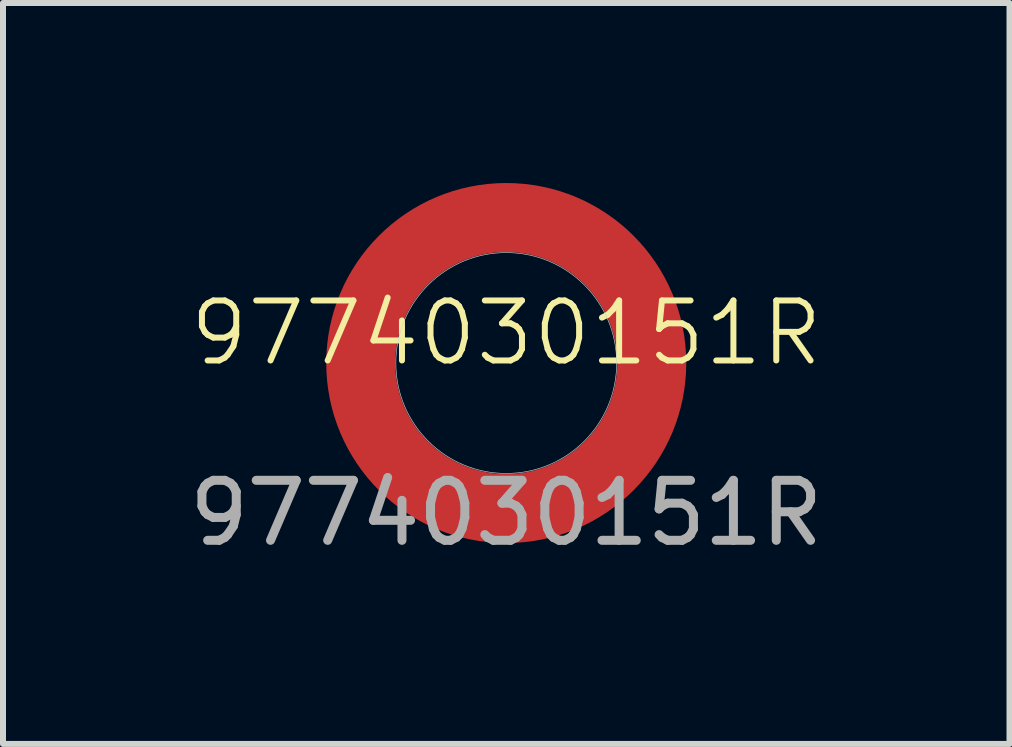
<source format=kicad_pcb>
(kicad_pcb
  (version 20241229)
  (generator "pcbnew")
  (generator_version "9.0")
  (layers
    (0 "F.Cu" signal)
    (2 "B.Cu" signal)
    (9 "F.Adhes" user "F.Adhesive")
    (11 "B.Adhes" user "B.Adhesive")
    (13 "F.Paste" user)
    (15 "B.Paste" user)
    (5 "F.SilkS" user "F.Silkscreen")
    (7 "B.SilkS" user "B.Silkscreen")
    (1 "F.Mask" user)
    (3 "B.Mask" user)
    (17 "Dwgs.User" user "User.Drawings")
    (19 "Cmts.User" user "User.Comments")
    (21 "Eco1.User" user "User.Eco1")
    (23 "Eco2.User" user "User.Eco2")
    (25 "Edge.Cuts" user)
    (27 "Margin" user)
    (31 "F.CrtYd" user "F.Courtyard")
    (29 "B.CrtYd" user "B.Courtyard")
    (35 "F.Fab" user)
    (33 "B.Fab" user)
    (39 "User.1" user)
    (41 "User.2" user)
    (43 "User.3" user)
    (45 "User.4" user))
  (footprint "9774030151R"
    (layer "F.Cu")
    (at 5.387 3)
    (property "Reference" "9774030151R" (at 0 -0.5 0) (unlocked yes) (layer "F.SilkS") (effects (font (size 1 1) (thickness 0.1))))
    (attr smd)
    (fp_circle (center 0 0) (end 2.425 0) (stroke (width 1.15) (type solid)) (fill no) (layer "F.Cu"))
    (fp_circle (center 0 0) (end 2.425 0) (stroke (width 1.15) (type solid)) (fill no) (layer "F.Mask"))
    (fp_circle (center 0 0) (end 2.425 0) (stroke (width 1.15) (type solid)) (fill no) (layer "F.Paste"))
    (fp_circle (center 0 0) (end 1.84 0) (stroke (width 0.01) (type solid)) (fill no) (layer "Edge.Cuts"))
    (fp_text user "${REFERENCE}" (at 0 2.5 0) (unlocked yes) (layer "F.Fab") (effects (font (size 1 1) (thickness 0.15)))))
  (gr_rect
    (start -3 -3)
    (end 13.774 9.348)
    (stroke (width 0.1) (type default))
    (fill no)
    (layer "Edge.Cuts")))
</source>
